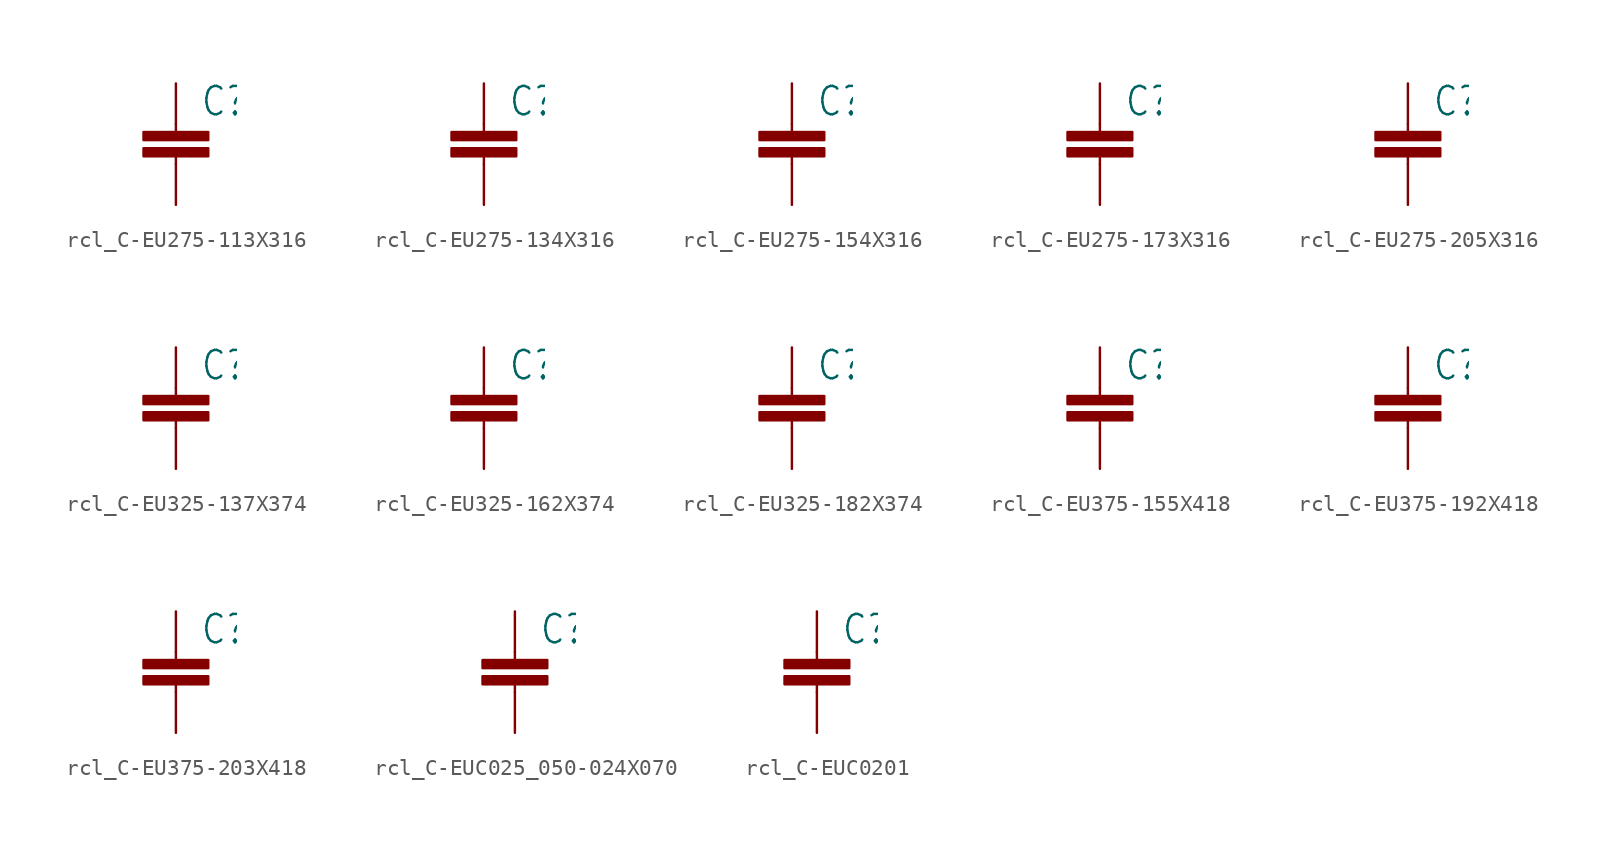
<source format=kicad_sym>
(kicad_symbol_lib
  (version 20241209)
  (generator "kicad_symbol_editor")
  (generator_version "9.0")
  (symbol "rcl_C-EU275-113X316"
    (property "Reference" "C"
      (at 1.524 0.381 0)
      (effects (font (size 1.778 1.511)) (justify left bottom)))
    (property "Value" ""
      (at 1.524 -4.699 0)
      (effects (font (size 1.778 1.511)) (justify left bottom)))
    (property "ki_locked" ""
      (at 0 0 0)
      (effects (font (size 1.27 1.27))))
    (symbol "rcl_C-EU275-113X316_1_0"
      (rectangle (start -2.032 -1.016) (end 2.032 -0.508) (stroke (width 0) (type default)) (fill (type outline)))
      (rectangle (start -2.032 -2.032) (end 2.032 -1.524) (stroke (width 0) (type default)) (fill (type outline)))
      (polyline (pts (xy 0 0) (xy 0 -0.508)) (stroke (width 0.152) (type solid)) (fill (type none)))
      (polyline (pts (xy 0 -2.54) (xy 0 -2.032)) (stroke (width 0.152) (type solid)) (fill (type none)))
      (pin passive line (at 0 2.54 270) (length 2.54) (name "1" (effects (font (size 0 0)))) (number "1" (effects (font (size 0 0)))))
      (pin passive line (at 0 -5.08 90) (length 2.54) (name "2" (effects (font (size 0 0)))) (number "2" (effects (font (size 0 0)))))))
  (symbol "rcl_C-EU275-134X316"
    (property "Reference" "C"
      (at 1.524 0.381 0)
      (effects (font (size 1.778 1.511)) (justify left bottom)))
    (property "Value" ""
      (at 1.524 -4.699 0)
      (effects (font (size 1.778 1.511)) (justify left bottom)))
    (property "ki_locked" ""
      (at 0 0 0)
      (effects (font (size 1.27 1.27))))
    (symbol "rcl_C-EU275-134X316_1_0"
      (rectangle (start -2.032 -1.016) (end 2.032 -0.508) (stroke (width 0) (type default)) (fill (type outline)))
      (rectangle (start -2.032 -2.032) (end 2.032 -1.524) (stroke (width 0) (type default)) (fill (type outline)))
      (polyline (pts (xy 0 0) (xy 0 -0.508)) (stroke (width 0.152) (type solid)) (fill (type none)))
      (polyline (pts (xy 0 -2.54) (xy 0 -2.032)) (stroke (width 0.152) (type solid)) (fill (type none)))
      (pin passive line (at 0 2.54 270) (length 2.54) (name "1" (effects (font (size 0 0)))) (number "1" (effects (font (size 0 0)))))
      (pin passive line (at 0 -5.08 90) (length 2.54) (name "2" (effects (font (size 0 0)))) (number "2" (effects (font (size 0 0)))))))
  (symbol "rcl_C-EU275-154X316"
    (property "Reference" "C"
      (at 1.524 0.381 0)
      (effects (font (size 1.778 1.511)) (justify left bottom)))
    (property "Value" ""
      (at 1.524 -4.699 0)
      (effects (font (size 1.778 1.511)) (justify left bottom)))
    (property "ki_locked" ""
      (at 0 0 0)
      (effects (font (size 1.27 1.27))))
    (symbol "rcl_C-EU275-154X316_1_0"
      (rectangle (start -2.032 -1.016) (end 2.032 -0.508) (stroke (width 0) (type default)) (fill (type outline)))
      (rectangle (start -2.032 -2.032) (end 2.032 -1.524) (stroke (width 0) (type default)) (fill (type outline)))
      (polyline (pts (xy 0 0) (xy 0 -0.508)) (stroke (width 0.152) (type solid)) (fill (type none)))
      (polyline (pts (xy 0 -2.54) (xy 0 -2.032)) (stroke (width 0.152) (type solid)) (fill (type none)))
      (pin passive line (at 0 2.54 270) (length 2.54) (name "1" (effects (font (size 0 0)))) (number "1" (effects (font (size 0 0)))))
      (pin passive line (at 0 -5.08 90) (length 2.54) (name "2" (effects (font (size 0 0)))) (number "2" (effects (font (size 0 0)))))))
  (symbol "rcl_C-EU275-173X316"
    (property "Reference" "C"
      (at 1.524 0.381 0)
      (effects (font (size 1.778 1.511)) (justify left bottom)))
    (property "Value" ""
      (at 1.524 -4.699 0)
      (effects (font (size 1.778 1.511)) (justify left bottom)))
    (property "ki_locked" ""
      (at 0 0 0)
      (effects (font (size 1.27 1.27))))
    (symbol "rcl_C-EU275-173X316_1_0"
      (rectangle (start -2.032 -1.016) (end 2.032 -0.508) (stroke (width 0) (type default)) (fill (type outline)))
      (rectangle (start -2.032 -2.032) (end 2.032 -1.524) (stroke (width 0) (type default)) (fill (type outline)))
      (polyline (pts (xy 0 0) (xy 0 -0.508)) (stroke (width 0.152) (type solid)) (fill (type none)))
      (polyline (pts (xy 0 -2.54) (xy 0 -2.032)) (stroke (width 0.152) (type solid)) (fill (type none)))
      (pin passive line (at 0 2.54 270) (length 2.54) (name "1" (effects (font (size 0 0)))) (number "1" (effects (font (size 0 0)))))
      (pin passive line (at 0 -5.08 90) (length 2.54) (name "2" (effects (font (size 0 0)))) (number "2" (effects (font (size 0 0)))))))
  (symbol "rcl_C-EU275-205X316"
    (property "Reference" "C"
      (at 1.524 0.381 0)
      (effects (font (size 1.778 1.511)) (justify left bottom)))
    (property "Value" ""
      (at 1.524 -4.699 0)
      (effects (font (size 1.778 1.511)) (justify left bottom)))
    (property "ki_locked" ""
      (at 0 0 0)
      (effects (font (size 1.27 1.27))))
    (symbol "rcl_C-EU275-205X316_1_0"
      (rectangle (start -2.032 -1.016) (end 2.032 -0.508) (stroke (width 0) (type default)) (fill (type outline)))
      (rectangle (start -2.032 -2.032) (end 2.032 -1.524) (stroke (width 0) (type default)) (fill (type outline)))
      (polyline (pts (xy 0 0) (xy 0 -0.508)) (stroke (width 0.152) (type solid)) (fill (type none)))
      (polyline (pts (xy 0 -2.54) (xy 0 -2.032)) (stroke (width 0.152) (type solid)) (fill (type none)))
      (pin passive line (at 0 2.54 270) (length 2.54) (name "1" (effects (font (size 0 0)))) (number "1" (effects (font (size 0 0)))))
      (pin passive line (at 0 -5.08 90) (length 2.54) (name "2" (effects (font (size 0 0)))) (number "2" (effects (font (size 0 0)))))))
  (symbol "rcl_C-EU325-137X374"
    (property "Reference" "C"
      (at 1.524 0.381 0)
      (effects (font (size 1.778 1.511)) (justify left bottom)))
    (property "Value" ""
      (at 1.524 -4.699 0)
      (effects (font (size 1.778 1.511)) (justify left bottom)))
    (property "ki_locked" ""
      (at 0 0 0)
      (effects (font (size 1.27 1.27))))
    (symbol "rcl_C-EU325-137X374_1_0"
      (rectangle (start -2.032 -1.016) (end 2.032 -0.508) (stroke (width 0) (type default)) (fill (type outline)))
      (rectangle (start -2.032 -2.032) (end 2.032 -1.524) (stroke (width 0) (type default)) (fill (type outline)))
      (polyline (pts (xy 0 0) (xy 0 -0.508)) (stroke (width 0.152) (type solid)) (fill (type none)))
      (polyline (pts (xy 0 -2.54) (xy 0 -2.032)) (stroke (width 0.152) (type solid)) (fill (type none)))
      (pin passive line (at 0 2.54 270) (length 2.54) (name "1" (effects (font (size 0 0)))) (number "1" (effects (font (size 0 0)))))
      (pin passive line (at 0 -5.08 90) (length 2.54) (name "2" (effects (font (size 0 0)))) (number "2" (effects (font (size 0 0)))))))
  (symbol "rcl_C-EU325-162X374"
    (property "Reference" "C"
      (at 1.524 0.381 0)
      (effects (font (size 1.778 1.511)) (justify left bottom)))
    (property "Value" ""
      (at 1.524 -4.699 0)
      (effects (font (size 1.778 1.511)) (justify left bottom)))
    (property "ki_locked" ""
      (at 0 0 0)
      (effects (font (size 1.27 1.27))))
    (symbol "rcl_C-EU325-162X374_1_0"
      (rectangle (start -2.032 -1.016) (end 2.032 -0.508) (stroke (width 0) (type default)) (fill (type outline)))
      (rectangle (start -2.032 -2.032) (end 2.032 -1.524) (stroke (width 0) (type default)) (fill (type outline)))
      (polyline (pts (xy 0 0) (xy 0 -0.508)) (stroke (width 0.152) (type solid)) (fill (type none)))
      (polyline (pts (xy 0 -2.54) (xy 0 -2.032)) (stroke (width 0.152) (type solid)) (fill (type none)))
      (pin passive line (at 0 2.54 270) (length 2.54) (name "1" (effects (font (size 0 0)))) (number "1" (effects (font (size 0 0)))))
      (pin passive line (at 0 -5.08 90) (length 2.54) (name "2" (effects (font (size 0 0)))) (number "2" (effects (font (size 0 0)))))))
  (symbol "rcl_C-EU325-182X374"
    (property "Reference" "C"
      (at 1.524 0.381 0)
      (effects (font (size 1.778 1.511)) (justify left bottom)))
    (property "Value" ""
      (at 1.524 -4.699 0)
      (effects (font (size 1.778 1.511)) (justify left bottom)))
    (property "ki_locked" ""
      (at 0 0 0)
      (effects (font (size 1.27 1.27))))
    (symbol "rcl_C-EU325-182X374_1_0"
      (rectangle (start -2.032 -1.016) (end 2.032 -0.508) (stroke (width 0) (type default)) (fill (type outline)))
      (rectangle (start -2.032 -2.032) (end 2.032 -1.524) (stroke (width 0) (type default)) (fill (type outline)))
      (polyline (pts (xy 0 0) (xy 0 -0.508)) (stroke (width 0.152) (type solid)) (fill (type none)))
      (polyline (pts (xy 0 -2.54) (xy 0 -2.032)) (stroke (width 0.152) (type solid)) (fill (type none)))
      (pin passive line (at 0 2.54 270) (length 2.54) (name "1" (effects (font (size 0 0)))) (number "1" (effects (font (size 0 0)))))
      (pin passive line (at 0 -5.08 90) (length 2.54) (name "2" (effects (font (size 0 0)))) (number "2" (effects (font (size 0 0)))))))
  (symbol "rcl_C-EU375-155X418"
    (property "Reference" "C"
      (at 1.524 0.381 0)
      (effects (font (size 1.778 1.511)) (justify left bottom)))
    (property "Value" ""
      (at 1.524 -4.699 0)
      (effects (font (size 1.778 1.511)) (justify left bottom)))
    (property "ki_locked" ""
      (at 0 0 0)
      (effects (font (size 1.27 1.27))))
    (symbol "rcl_C-EU375-155X418_1_0"
      (rectangle (start -2.032 -1.016) (end 2.032 -0.508) (stroke (width 0) (type default)) (fill (type outline)))
      (rectangle (start -2.032 -2.032) (end 2.032 -1.524) (stroke (width 0) (type default)) (fill (type outline)))
      (polyline (pts (xy 0 0) (xy 0 -0.508)) (stroke (width 0.152) (type solid)) (fill (type none)))
      (polyline (pts (xy 0 -2.54) (xy 0 -2.032)) (stroke (width 0.152) (type solid)) (fill (type none)))
      (pin passive line (at 0 2.54 270) (length 2.54) (name "1" (effects (font (size 0 0)))) (number "1" (effects (font (size 0 0)))))
      (pin passive line (at 0 -5.08 90) (length 2.54) (name "2" (effects (font (size 0 0)))) (number "2" (effects (font (size 0 0)))))))
  (symbol "rcl_C-EU375-192X418"
    (property "Reference" "C"
      (at 1.524 0.381 0)
      (effects (font (size 1.778 1.511)) (justify left bottom)))
    (property "Value" ""
      (at 1.524 -4.699 0)
      (effects (font (size 1.778 1.511)) (justify left bottom)))
    (property "ki_locked" ""
      (at 0 0 0)
      (effects (font (size 1.27 1.27))))
    (symbol "rcl_C-EU375-192X418_1_0"
      (rectangle (start -2.032 -1.016) (end 2.032 -0.508) (stroke (width 0) (type default)) (fill (type outline)))
      (rectangle (start -2.032 -2.032) (end 2.032 -1.524) (stroke (width 0) (type default)) (fill (type outline)))
      (polyline (pts (xy 0 0) (xy 0 -0.508)) (stroke (width 0.152) (type solid)) (fill (type none)))
      (polyline (pts (xy 0 -2.54) (xy 0 -2.032)) (stroke (width 0.152) (type solid)) (fill (type none)))
      (pin passive line (at 0 2.54 270) (length 2.54) (name "1" (effects (font (size 0 0)))) (number "1" (effects (font (size 0 0)))))
      (pin passive line (at 0 -5.08 90) (length 2.54) (name "2" (effects (font (size 0 0)))) (number "2" (effects (font (size 0 0)))))))
  (symbol "rcl_C-EU375-203X418"
    (property "Reference" "C"
      (at 1.524 0.381 0)
      (effects (font (size 1.778 1.511)) (justify left bottom)))
    (property "Value" ""
      (at 1.524 -4.699 0)
      (effects (font (size 1.778 1.511)) (justify left bottom)))
    (property "ki_locked" ""
      (at 0 0 0)
      (effects (font (size 1.27 1.27))))
    (symbol "rcl_C-EU375-203X418_1_0"
      (rectangle (start -2.032 -1.016) (end 2.032 -0.508) (stroke (width 0) (type default)) (fill (type outline)))
      (rectangle (start -2.032 -2.032) (end 2.032 -1.524) (stroke (width 0) (type default)) (fill (type outline)))
      (polyline (pts (xy 0 0) (xy 0 -0.508)) (stroke (width 0.152) (type solid)) (fill (type none)))
      (polyline (pts (xy 0 -2.54) (xy 0 -2.032)) (stroke (width 0.152) (type solid)) (fill (type none)))
      (pin passive line (at 0 2.54 270) (length 2.54) (name "1" (effects (font (size 0 0)))) (number "1" (effects (font (size 0 0)))))
      (pin passive line (at 0 -5.08 90) (length 2.54) (name "2" (effects (font (size 0 0)))) (number "2" (effects (font (size 0 0)))))))
  (symbol "rcl_C-EUC025_050-024X070"
    (property "Reference" "C"
      (at 1.524 0.381 0)
      (effects (font (size 1.778 1.511)) (justify left bottom)))
    (property "Value" ""
      (at 1.524 -4.699 0)
      (effects (font (size 1.778 1.511)) (justify left bottom)))
    (property "ki_locked" ""
      (at 0 0 0)
      (effects (font (size 1.27 1.27))))
    (symbol "rcl_C-EUC025_050-024X070_1_0"
      (rectangle (start -2.032 -1.016) (end 2.032 -0.508) (stroke (width 0) (type default)) (fill (type outline)))
      (rectangle (start -2.032 -2.032) (end 2.032 -1.524) (stroke (width 0) (type default)) (fill (type outline)))
      (polyline (pts (xy 0 0) (xy 0 -0.508)) (stroke (width 0.152) (type solid)) (fill (type none)))
      (polyline (pts (xy 0 -2.54) (xy 0 -2.032)) (stroke (width 0.152) (type solid)) (fill (type none)))
      (pin passive line (at 0 2.54 270) (length 2.54) (name "1" (effects (font (size 0 0)))) (number "1" (effects (font (size 0 0)))))
      (pin passive line (at 0 -5.08 90) (length 2.54) (name "2" (effects (font (size 0 0)))) (number "2" (effects (font (size 0 0)))))))
  (symbol "rcl_C-EUC0201"
    (property "Reference" "C"
      (at 1.524 0.381 0)
      (effects (font (size 1.778 1.511)) (justify left bottom)))
    (property "Value" ""
      (at 1.524 -4.699 0)
      (effects (font (size 1.778 1.511)) (justify left bottom)))
    (property "ki_locked" ""
      (at 0 0 0)
      (effects (font (size 1.27 1.27))))
    (symbol "rcl_C-EUC0201_1_0"
      (rectangle (start -2.032 -1.016) (end 2.032 -0.508) (stroke (width 0) (type default)) (fill (type outline)))
      (rectangle (start -2.032 -2.032) (end 2.032 -1.524) (stroke (width 0) (type default)) (fill (type outline)))
      (polyline (pts (xy 0 0) (xy 0 -0.508)) (stroke (width 0.152) (type solid)) (fill (type none)))
      (polyline (pts (xy 0 -2.54) (xy 0 -2.032)) (stroke (width 0.152) (type solid)) (fill (type none)))
      (pin passive line (at 0 2.54 270) (length 2.54) (name "1" (effects (font (size 0 0)))) (number "1" (effects (font (size 0 0)))))
      (pin passive line (at 0 -5.08 90) (length 2.54) (name "2" (effects (font (size 0 0)))) (number "2" (effects (font (size 0 0))))))))
</source>
